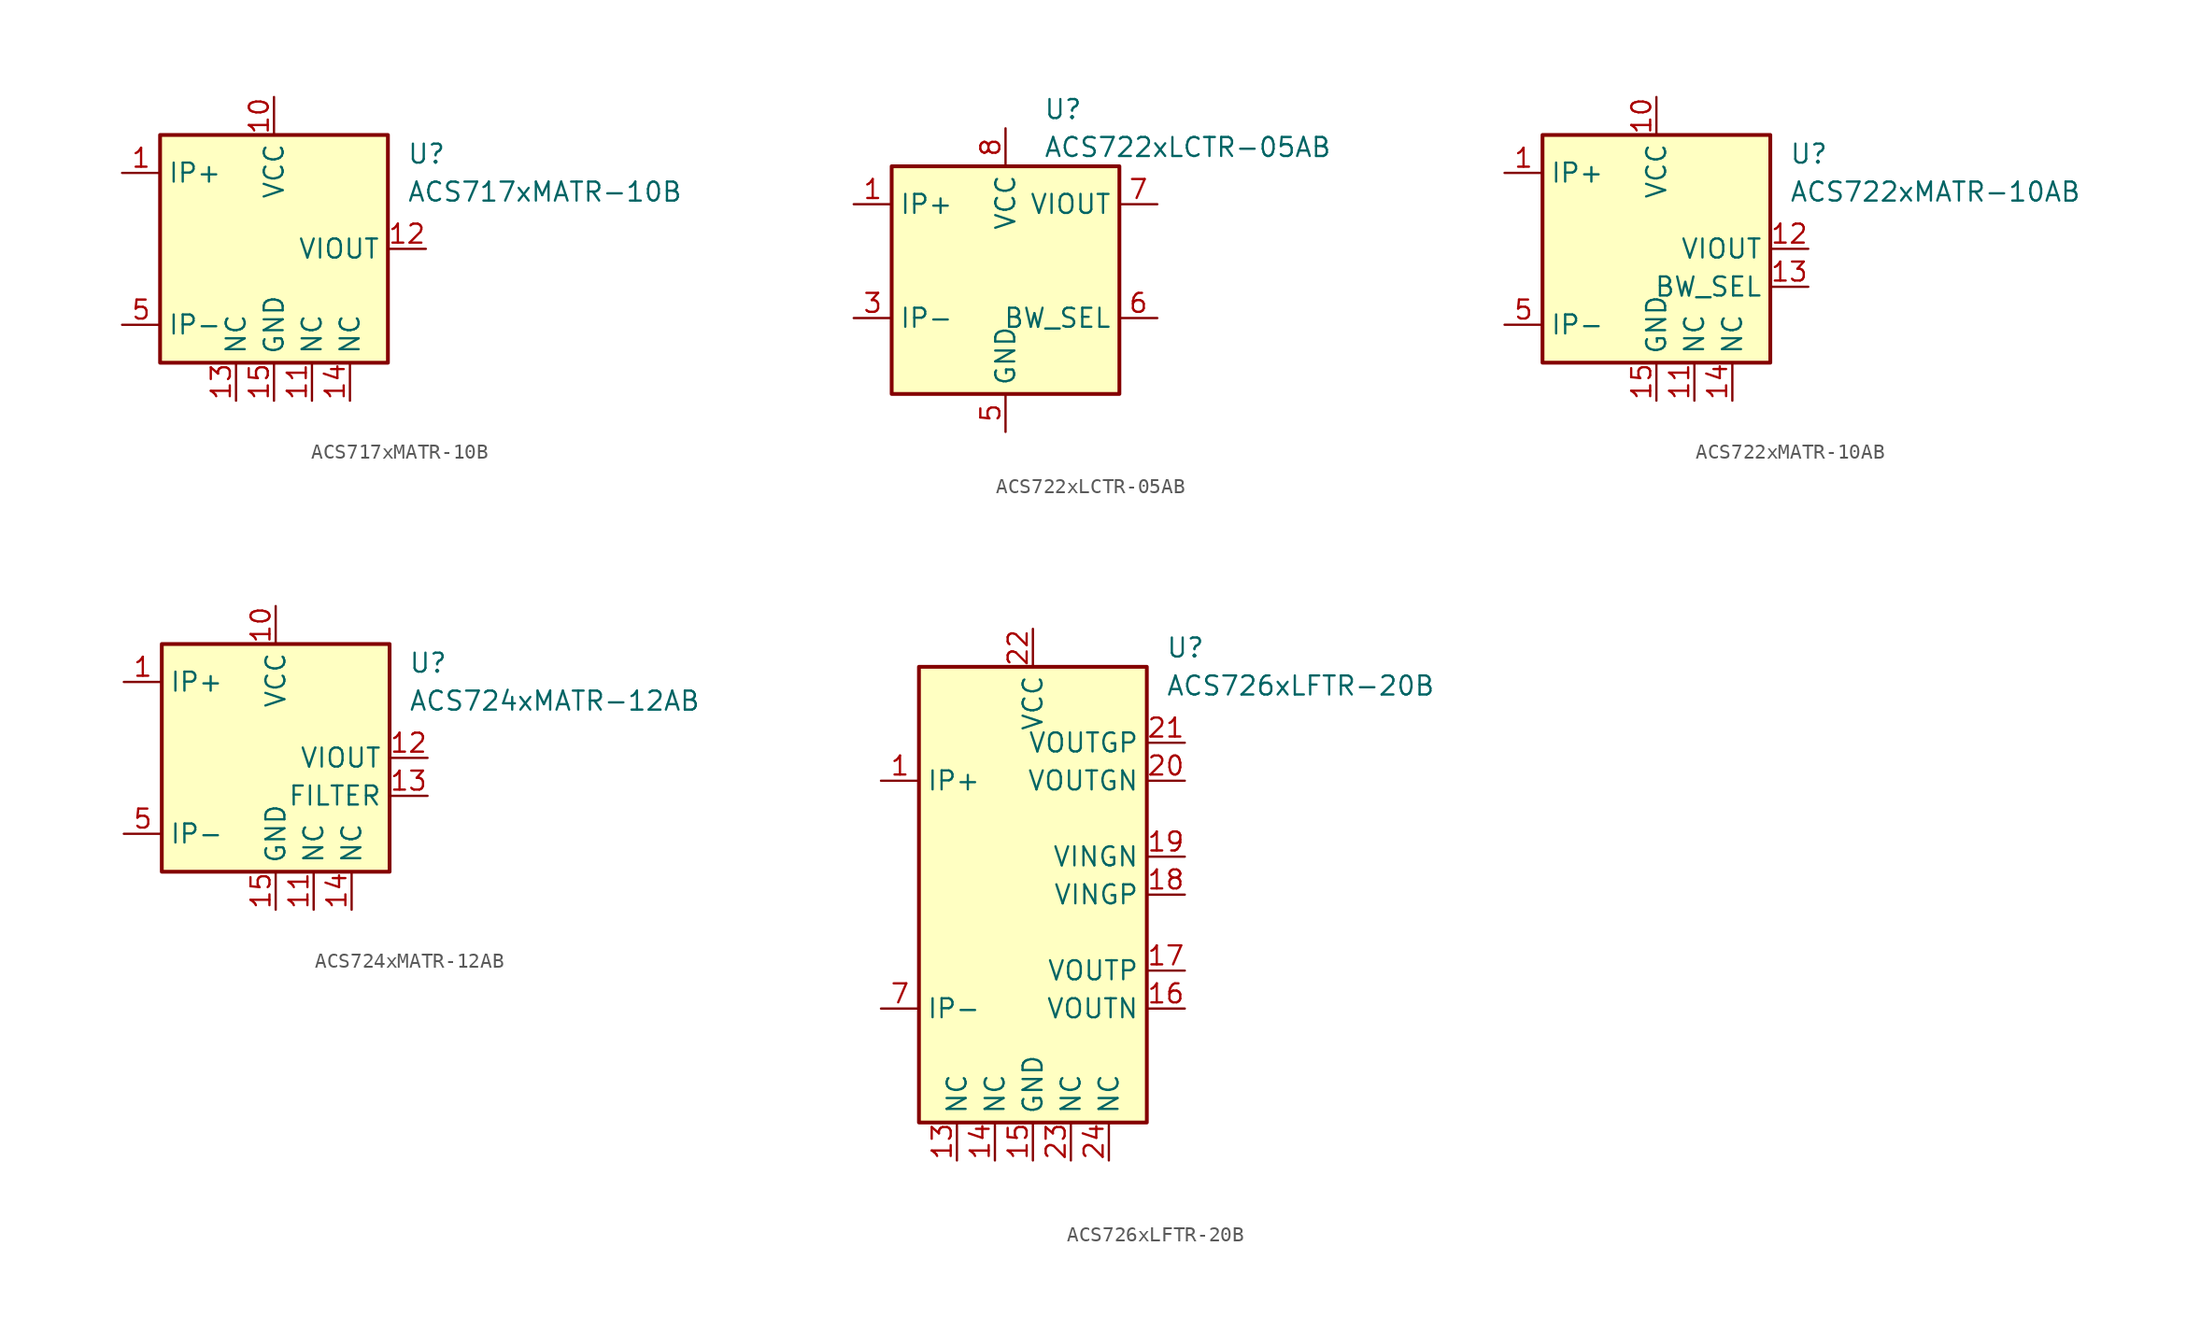
<source format=kicad_sym>
(kicad_symbol_lib
  (version 20201005)
  (generator kicad_symbol_editor)
  (symbol "Sensor_Current:ACS717xMATR-10B"
    (property "Reference" "U"
      (at 8.89 6.35 0)
      (effects (font (size 1.27 1.27)) (justify left)))
    (property "Value" "ACS717xMATR-10B"
      (at 8.89 3.81 0)
      (effects (font (size 1.27 1.27)) (justify left)))
    (symbol "ACS717xMATR-10B_0_1"
      (rectangle (start -7.62 7.62) (end 7.62 -7.62) (stroke (width 0.254)) (fill (type background))))
    (symbol "ACS717xMATR-10B_1_1"
      (pin passive line (at -10.16 5.08 0) (length 2.54) (name "IP+" (effects (font (size 1.27 1.27)))) (number "1" (effects (font (size 1.27 1.27)))))
      (pin power_in line (at 0 10.16 270) (length 2.54) (name "VCC" (effects (font (size 1.27 1.27)))) (number "10" (effects (font (size 1.27 1.27)))))
      (pin passive line (at 2.54 -10.16 90) (length 2.54) (name "NC" (effects (font (size 1.27 1.27)))) (number "11" (effects (font (size 1.27 1.27)))))
      (pin output line (at 10.16 0 180) (length 2.54) (name "VIOUT" (effects (font (size 1.27 1.27)))) (number "12" (effects (font (size 1.27 1.27)))))
      (pin passive line (at -2.54 -10.16 90) (length 2.54) (name "NC" (effects (font (size 1.27 1.27)))) (number "13" (effects (font (size 1.27 1.27)))))
      (pin passive line (at 5.08 -10.16 90) (length 2.54) (name "NC" (effects (font (size 1.27 1.27)))) (number "14" (effects (font (size 1.27 1.27)))))
      (pin power_in line (at 0 -10.16 90) (length 2.54) (name "GND" (effects (font (size 1.27 1.27)))) (number "15" (effects (font (size 1.27 1.27)))))
      (pin no_connect line (at 7.62 2.54 180) (length 2.54) hide (name "NC" (effects (font (size 1.27 1.27)))) (number "16" (effects (font (size 1.27 1.27)))))
      (pin passive line (at -10.16 5.08 0) (length 2.54) hide (name "IP+" (effects (font (size 1.27 1.27)))) (number "2" (effects (font (size 1.27 1.27)))))
      (pin passive line (at -10.16 5.08 0) (length 2.54) hide (name "IP+" (effects (font (size 1.27 1.27)))) (number "3" (effects (font (size 1.27 1.27)))))
      (pin passive line (at -10.16 5.08 0) (length 2.54) hide (name "IP+" (effects (font (size 1.27 1.27)))) (number "4" (effects (font (size 1.27 1.27)))))
      (pin passive line (at -10.16 -5.08 0) (length 2.54) (name "IP-" (effects (font (size 1.27 1.27)))) (number "5" (effects (font (size 1.27 1.27)))))
      (pin passive line (at -10.16 -5.08 0) (length 2.54) hide (name "IP-" (effects (font (size 1.27 1.27)))) (number "6" (effects (font (size 1.27 1.27)))))
      (pin passive line (at -10.16 -5.08 0) (length 2.54) hide (name "IP-" (effects (font (size 1.27 1.27)))) (number "7" (effects (font (size 1.27 1.27)))))
      (pin passive line (at -10.16 -5.08 0) (length 2.54) hide (name "IP-" (effects (font (size 1.27 1.27)))) (number "8" (effects (font (size 1.27 1.27)))))
      (pin no_connect line (at 7.62 5.08 180) (length 2.54) hide (name "NC" (effects (font (size 1.27 1.27)))) (number "9" (effects (font (size 1.27 1.27)))))))
  (symbol "Sensor_Current:ACS722xLCTR-05AB"
    (property "Reference" "U"
      (at 2.54 11.43 0)
      (effects (font (size 1.27 1.27)) (justify left)))
    (property "Value" "ACS722xLCTR-05AB"
      (at 2.54 8.89 0)
      (effects (font (size 1.27 1.27)) (justify left)))
    (symbol "ACS722xLCTR-05AB_0_1"
      (rectangle (start -7.62 7.62) (end 7.62 -7.62) (stroke (width 0.254)) (fill (type background))))
    (symbol "ACS722xLCTR-05AB_1_1"
      (pin passive line (at -10.16 5.08 0) (length 2.54) (name "IP+" (effects (font (size 1.27 1.27)))) (number "1" (effects (font (size 1.27 1.27)))))
      (pin passive line (at -10.16 5.08 0) (length 2.54) hide (name "IP+" (effects (font (size 1.27 1.27)))) (number "2" (effects (font (size 1.27 1.27)))))
      (pin passive line (at -10.16 -2.54 0) (length 2.54) (name "IP-" (effects (font (size 1.27 1.27)))) (number "3" (effects (font (size 1.27 1.27)))))
      (pin passive line (at -10.16 -2.54 0) (length 2.54) hide (name "IP-" (effects (font (size 1.27 1.27)))) (number "4" (effects (font (size 1.27 1.27)))))
      (pin power_in line (at 0 -10.16 90) (length 2.54) (name "GND" (effects (font (size 1.27 1.27)))) (number "5" (effects (font (size 1.27 1.27)))))
      (pin input line (at 10.16 -2.54 180) (length 2.54) (name "BW_SEL" (effects (font (size 1.27 1.27)))) (number "6" (effects (font (size 1.27 1.27)))))
      (pin output line (at 10.16 5.08 180) (length 2.54) (name "VIOUT" (effects (font (size 1.27 1.27)))) (number "7" (effects (font (size 1.27 1.27)))))
      (pin power_in line (at 0 10.16 270) (length 2.54) (name "VCC" (effects (font (size 1.27 1.27)))) (number "8" (effects (font (size 1.27 1.27)))))))
  (symbol "Sensor_Current:ACS722xMATR-10AB"
    (property "Reference" "U"
      (at 8.89 6.35 0)
      (effects (font (size 1.27 1.27)) (justify left)))
    (property "Value" "ACS722xMATR-10AB"
      (at 8.89 3.81 0)
      (effects (font (size 1.27 1.27)) (justify left)))
    (symbol "ACS722xMATR-10AB_0_1"
      (rectangle (start -7.62 7.62) (end 7.62 -7.62) (stroke (width 0.254)) (fill (type background))))
    (symbol "ACS722xMATR-10AB_1_1"
      (pin passive line (at -10.16 5.08 0) (length 2.54) (name "IP+" (effects (font (size 1.27 1.27)))) (number "1" (effects (font (size 1.27 1.27)))))
      (pin power_in line (at 0 10.16 270) (length 2.54) (name "VCC" (effects (font (size 1.27 1.27)))) (number "10" (effects (font (size 1.27 1.27)))))
      (pin passive line (at 2.54 -10.16 90) (length 2.54) (name "NC" (effects (font (size 1.27 1.27)))) (number "11" (effects (font (size 1.27 1.27)))))
      (pin output line (at 10.16 0 180) (length 2.54) (name "VIOUT" (effects (font (size 1.27 1.27)))) (number "12" (effects (font (size 1.27 1.27)))))
      (pin input line (at 10.16 -2.54 180) (length 2.54) (name "BW_SEL" (effects (font (size 1.27 1.27)))) (number "13" (effects (font (size 1.27 1.27)))))
      (pin passive line (at 5.08 -10.16 90) (length 2.54) (name "NC" (effects (font (size 1.27 1.27)))) (number "14" (effects (font (size 1.27 1.27)))))
      (pin power_in line (at 0 -10.16 90) (length 2.54) (name "GND" (effects (font (size 1.27 1.27)))) (number "15" (effects (font (size 1.27 1.27)))))
      (pin no_connect line (at 7.62 2.54 180) (length 2.54) hide (name "NC" (effects (font (size 1.27 1.27)))) (number "16" (effects (font (size 1.27 1.27)))))
      (pin passive line (at -10.16 5.08 0) (length 2.54) hide (name "IP+" (effects (font (size 1.27 1.27)))) (number "2" (effects (font (size 1.27 1.27)))))
      (pin passive line (at -10.16 5.08 0) (length 2.54) hide (name "IP+" (effects (font (size 1.27 1.27)))) (number "3" (effects (font (size 1.27 1.27)))))
      (pin passive line (at -10.16 5.08 0) (length 2.54) hide (name "IP+" (effects (font (size 1.27 1.27)))) (number "4" (effects (font (size 1.27 1.27)))))
      (pin passive line (at -10.16 -5.08 0) (length 2.54) (name "IP-" (effects (font (size 1.27 1.27)))) (number "5" (effects (font (size 1.27 1.27)))))
      (pin passive line (at -10.16 -5.08 0) (length 2.54) hide (name "IP-" (effects (font (size 1.27 1.27)))) (number "6" (effects (font (size 1.27 1.27)))))
      (pin passive line (at -10.16 -5.08 0) (length 2.54) hide (name "IP-" (effects (font (size 1.27 1.27)))) (number "7" (effects (font (size 1.27 1.27)))))
      (pin passive line (at -10.16 -5.08 0) (length 2.54) hide (name "IP-" (effects (font (size 1.27 1.27)))) (number "8" (effects (font (size 1.27 1.27)))))
      (pin no_connect line (at 7.62 5.08 180) (length 2.54) hide (name "NC" (effects (font (size 1.27 1.27)))) (number "9" (effects (font (size 1.27 1.27)))))))
  (symbol "Sensor_Current:ACS724xMATR-12AB"
    (property "Reference" "U"
      (at 8.89 6.35 0)
      (effects (font (size 1.27 1.27)) (justify left)))
    (property "Value" "ACS724xMATR-12AB"
      (at 8.89 3.81 0)
      (effects (font (size 1.27 1.27)) (justify left)))
    (symbol "ACS724xMATR-12AB_0_1"
      (rectangle (start -7.62 7.62) (end 7.62 -7.62) (stroke (width 0.254)) (fill (type background))))
    (symbol "ACS724xMATR-12AB_1_1"
      (pin passive line (at -10.16 5.08 0) (length 2.54) (name "IP+" (effects (font (size 1.27 1.27)))) (number "1" (effects (font (size 1.27 1.27)))))
      (pin power_in line (at 0 10.16 270) (length 2.54) (name "VCC" (effects (font (size 1.27 1.27)))) (number "10" (effects (font (size 1.27 1.27)))))
      (pin passive line (at 2.54 -10.16 90) (length 2.54) (name "NC" (effects (font (size 1.27 1.27)))) (number "11" (effects (font (size 1.27 1.27)))))
      (pin output line (at 10.16 0 180) (length 2.54) (name "VIOUT" (effects (font (size 1.27 1.27)))) (number "12" (effects (font (size 1.27 1.27)))))
      (pin passive line (at 10.16 -2.54 180) (length 2.54) (name "FILTER" (effects (font (size 1.27 1.27)))) (number "13" (effects (font (size 1.27 1.27)))))
      (pin passive line (at 5.08 -10.16 90) (length 2.54) (name "NC" (effects (font (size 1.27 1.27)))) (number "14" (effects (font (size 1.27 1.27)))))
      (pin power_in line (at 0 -10.16 90) (length 2.54) (name "GND" (effects (font (size 1.27 1.27)))) (number "15" (effects (font (size 1.27 1.27)))))
      (pin no_connect line (at 7.62 2.54 180) (length 2.54) hide (name "NC" (effects (font (size 1.27 1.27)))) (number "16" (effects (font (size 1.27 1.27)))))
      (pin passive line (at -10.16 5.08 0) (length 2.54) hide (name "IP+" (effects (font (size 1.27 1.27)))) (number "2" (effects (font (size 1.27 1.27)))))
      (pin passive line (at -10.16 5.08 0) (length 2.54) hide (name "IP+" (effects (font (size 1.27 1.27)))) (number "3" (effects (font (size 1.27 1.27)))))
      (pin passive line (at -10.16 5.08 0) (length 2.54) hide (name "IP+" (effects (font (size 1.27 1.27)))) (number "4" (effects (font (size 1.27 1.27)))))
      (pin passive line (at -10.16 -5.08 0) (length 2.54) (name "IP-" (effects (font (size 1.27 1.27)))) (number "5" (effects (font (size 1.27 1.27)))))
      (pin passive line (at -10.16 -5.08 0) (length 2.54) hide (name "IP-" (effects (font (size 1.27 1.27)))) (number "6" (effects (font (size 1.27 1.27)))))
      (pin passive line (at -10.16 -5.08 0) (length 2.54) hide (name "IP-" (effects (font (size 1.27 1.27)))) (number "7" (effects (font (size 1.27 1.27)))))
      (pin passive line (at -10.16 -5.08 0) (length 2.54) hide (name "IP-" (effects (font (size 1.27 1.27)))) (number "8" (effects (font (size 1.27 1.27)))))
      (pin no_connect line (at 7.62 5.08 180) (length 2.54) hide (name "NC" (effects (font (size 1.27 1.27)))) (number "9" (effects (font (size 1.27 1.27)))))))
  (symbol "Sensor_Current:ACS726xLFTR-20B"
    (property "Reference" "U"
      (at 8.89 16.51 0)
      (effects (font (size 1.27 1.27)) (justify left)))
    (property "Value" "ACS726xLFTR-20B"
      (at 8.89 13.97 0)
      (effects (font (size 1.27 1.27)) (justify left)))
    (symbol "ACS726xLFTR-20B_0_1"
      (rectangle (start -7.62 15.24) (end 7.62 -15.24) (stroke (width 0.254)) (fill (type background))))
    (symbol "ACS726xLFTR-20B_1_1"
      (pin passive line (at -10.16 7.62 0) (length 2.54) (name "IP+" (effects (font (size 1.27 1.27)))) (number "1" (effects (font (size 1.27 1.27)))))
      (pin passive line (at -10.16 -7.62 0) (length 2.54) hide (name "IP-" (effects (font (size 1.27 1.27)))) (number "10" (effects (font (size 1.27 1.27)))))
      (pin passive line (at -10.16 -7.62 0) (length 2.54) hide (name "IP-" (effects (font (size 1.27 1.27)))) (number "11" (effects (font (size 1.27 1.27)))))
      (pin passive line (at -10.16 -7.62 0) (length 2.54) hide (name "IP-" (effects (font (size 1.27 1.27)))) (number "12" (effects (font (size 1.27 1.27)))))
      (pin passive line (at -5.08 -17.78 90) (length 2.54) (name "NC" (effects (font (size 1.27 1.27)))) (number "13" (effects (font (size 1.27 1.27)))))
      (pin passive line (at -2.54 -17.78 90) (length 2.54) (name "NC" (effects (font (size 1.27 1.27)))) (number "14" (effects (font (size 1.27 1.27)))))
      (pin power_in line (at 0 -17.78 90) (length 2.54) (name "GND" (effects (font (size 1.27 1.27)))) (number "15" (effects (font (size 1.27 1.27)))))
      (pin output line (at 10.16 -7.62 180) (length 2.54) (name "VOUTN" (effects (font (size 1.27 1.27)))) (number "16" (effects (font (size 1.27 1.27)))))
      (pin output line (at 10.16 -5.08 180) (length 2.54) (name "VOUTP" (effects (font (size 1.27 1.27)))) (number "17" (effects (font (size 1.27 1.27)))))
      (pin input line (at 10.16 0 180) (length 2.54) (name "VINGP" (effects (font (size 1.27 1.27)))) (number "18" (effects (font (size 1.27 1.27)))))
      (pin input line (at 10.16 2.54 180) (length 2.54) (name "VINGN" (effects (font (size 1.27 1.27)))) (number "19" (effects (font (size 1.27 1.27)))))
      (pin passive line (at -10.16 7.62 0) (length 2.54) hide (name "IP+" (effects (font (size 1.27 1.27)))) (number "2" (effects (font (size 1.27 1.27)))))
      (pin output line (at 10.16 7.62 180) (length 2.54) (name "VOUTGN" (effects (font (size 1.27 1.27)))) (number "20" (effects (font (size 1.27 1.27)))))
      (pin output line (at 10.16 10.16 180) (length 2.54) (name "VOUTGP" (effects (font (size 1.27 1.27)))) (number "21" (effects (font (size 1.27 1.27)))))
      (pin power_in line (at 0 17.78 270) (length 2.54) (name "VCC" (effects (font (size 1.27 1.27)))) (number "22" (effects (font (size 1.27 1.27)))))
      (pin passive line (at 2.54 -17.78 90) (length 2.54) (name "NC" (effects (font (size 1.27 1.27)))) (number "23" (effects (font (size 1.27 1.27)))))
      (pin passive line (at 5.08 -17.78 90) (length 2.54) (name "NC" (effects (font (size 1.27 1.27)))) (number "24" (effects (font (size 1.27 1.27)))))
      (pin passive line (at -10.16 7.62 0) (length 2.54) hide (name "IP+" (effects (font (size 1.27 1.27)))) (number "3" (effects (font (size 1.27 1.27)))))
      (pin passive line (at -10.16 7.62 0) (length 2.54) hide (name "IP+" (effects (font (size 1.27 1.27)))) (number "4" (effects (font (size 1.27 1.27)))))
      (pin passive line (at -10.16 7.62 0) (length 2.54) hide (name "IP+" (effects (font (size 1.27 1.27)))) (number "5" (effects (font (size 1.27 1.27)))))
      (pin passive line (at -10.16 7.62 0) (length 2.54) hide (name "IP+" (effects (font (size 1.27 1.27)))) (number "6" (effects (font (size 1.27 1.27)))))
      (pin passive line (at -10.16 -7.62 0) (length 2.54) (name "IP-" (effects (font (size 1.27 1.27)))) (number "7" (effects (font (size 1.27 1.27)))))
      (pin passive line (at -10.16 -7.62 0) (length 2.54) hide (name "IP-" (effects (font (size 1.27 1.27)))) (number "8" (effects (font (size 1.27 1.27)))))
      (pin passive line (at -10.16 -7.62 0) (length 2.54) hide (name "IP-" (effects (font (size 1.27 1.27)))) (number "9" (effects (font (size 1.27 1.27))))))))
</source>
